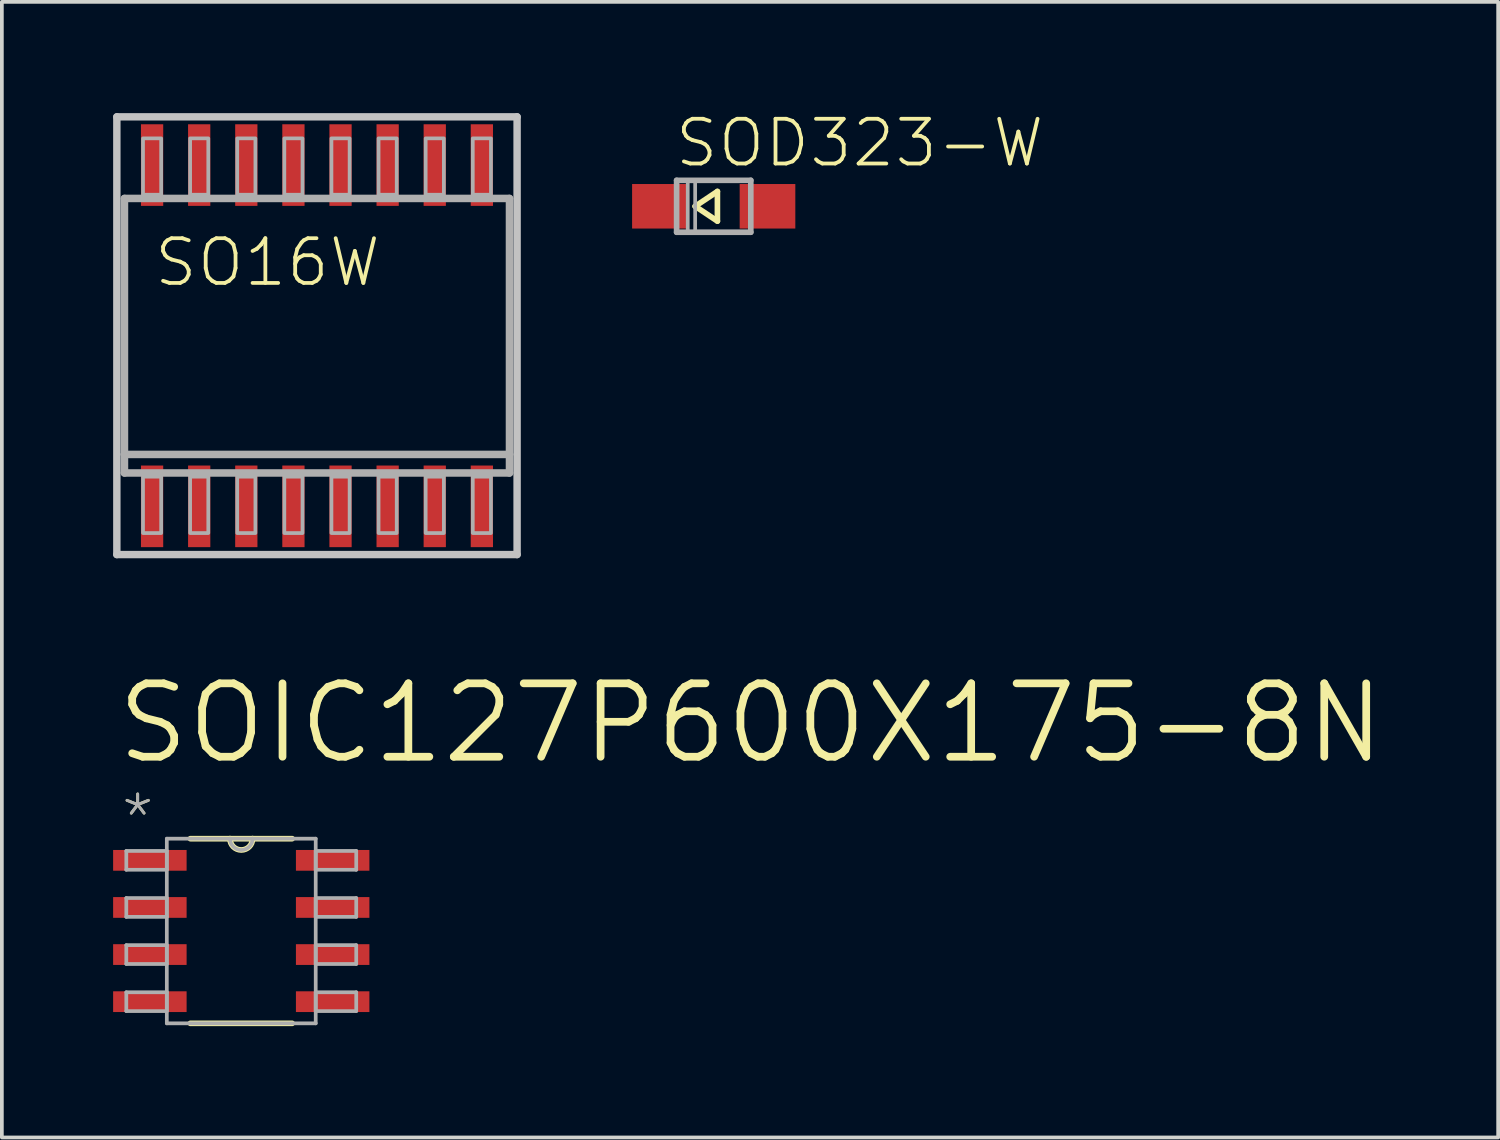
<source format=kicad_pcb>
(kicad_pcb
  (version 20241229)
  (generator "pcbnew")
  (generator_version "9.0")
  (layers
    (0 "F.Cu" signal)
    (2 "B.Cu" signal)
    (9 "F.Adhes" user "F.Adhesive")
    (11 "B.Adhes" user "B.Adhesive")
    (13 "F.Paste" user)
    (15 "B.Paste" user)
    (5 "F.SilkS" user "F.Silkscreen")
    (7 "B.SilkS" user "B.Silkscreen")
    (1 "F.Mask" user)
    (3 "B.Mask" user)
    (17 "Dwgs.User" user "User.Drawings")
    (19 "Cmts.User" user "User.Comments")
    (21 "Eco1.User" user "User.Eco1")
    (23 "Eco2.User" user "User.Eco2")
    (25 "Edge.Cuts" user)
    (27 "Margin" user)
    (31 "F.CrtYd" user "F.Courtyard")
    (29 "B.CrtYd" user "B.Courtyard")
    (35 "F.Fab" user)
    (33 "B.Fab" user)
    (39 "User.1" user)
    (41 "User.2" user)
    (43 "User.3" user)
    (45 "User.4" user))
  (footprint "SOIC127P600X175-8N"
    (layer "F.Cu")
    (at 3.454 22.048)
    (property "Reference" "SOIC127P600X175-8N" (at -3.454 -4.445 0) (layer "F.SilkS") (effects (font (size 1.979 1.979) (thickness 0.208)) (justify left bottom)))
    (attr through_hole)
    (fp_line (start -1.372 2.489) (end 1.372 2.489) (stroke (width 0.152) (type solid)) (layer "F.SilkS"))
    (fp_line (start -0.305 -2.489) (end -1.372 -2.489) (stroke (width 0.152) (type solid)) (layer "F.SilkS"))
    (fp_line (start 0.305 -2.489) (end -0.305 -2.489) (stroke (width 0.152) (type solid)) (layer "F.SilkS"))
    (fp_line (start 1.372 -2.489) (end 0.305 -2.489) (stroke (width 0.152) (type solid)) (layer "F.SilkS"))
    (fp_arc (start 0.3048 -2.4892) (mid 0 -2.1844) (end -0.3048 -2.4892) (stroke (width 0.1524) (type solid)) (layer "F.SilkS"))
    (fp_line (start -3.099 -2.159) (end -3.099 -1.651) (stroke (width 0.1) (type solid)) (layer "F.Fab"))
    (fp_line (start -3.099 -1.651) (end -2.007 -1.651) (stroke (width 0.1) (type solid)) (layer "F.Fab"))
    (fp_line (start -3.099 -0.889) (end -3.099 -0.381) (stroke (width 0.1) (type solid)) (layer "F.Fab"))
    (fp_line (start -3.099 -0.381) (end -2.007 -0.381) (stroke (width 0.1) (type solid)) (layer "F.Fab"))
    (fp_line (start -3.099 0.381) (end -3.099 0.889) (stroke (width 0.1) (type solid)) (layer "F.Fab"))
    (fp_line (start -3.099 0.889) (end -2.007 0.889) (stroke (width 0.1) (type solid)) (layer "F.Fab"))
    (fp_line (start -3.099 1.651) (end -3.099 2.159) (stroke (width 0.1) (type solid)) (layer "F.Fab"))
    (fp_line (start -3.099 2.159) (end -2.007 2.159) (stroke (width 0.1) (type solid)) (layer "F.Fab"))
    (fp_line (start -2.007 -2.489) (end -2.007 2.489) (stroke (width 0.1) (type solid)) (layer "F.Fab"))
    (fp_line (start -2.007 -2.159) (end -3.099 -2.159) (stroke (width 0.1) (type solid)) (layer "F.Fab"))
    (fp_line (start -2.007 -1.651) (end -2.007 -2.159) (stroke (width 0.1) (type solid)) (layer "F.Fab"))
    (fp_line (start -2.007 -0.889) (end -3.099 -0.889) (stroke (width 0.1) (type solid)) (layer "F.Fab"))
    (fp_line (start -2.007 -0.381) (end -2.007 -0.889) (stroke (width 0.1) (type solid)) (layer "F.Fab"))
    (fp_line (start -2.007 0.381) (end -3.099 0.381) (stroke (width 0.1) (type solid)) (layer "F.Fab"))
    (fp_line (start -2.007 0.889) (end -2.007 0.381) (stroke (width 0.1) (type solid)) (layer "F.Fab"))
    (fp_line (start -2.007 1.651) (end -3.099 1.651) (stroke (width 0.1) (type solid)) (layer "F.Fab"))
    (fp_line (start -2.007 2.159) (end -2.007 1.651) (stroke (width 0.1) (type solid)) (layer "F.Fab"))
    (fp_line (start -2.007 2.489) (end 2.007 2.489) (stroke (width 0.1) (type solid)) (layer "F.Fab"))
    (fp_line (start -0.305 -2.489) (end -2.007 -2.489) (stroke (width 0.1) (type solid)) (layer "F.Fab"))
    (fp_line (start 0.305 -2.489) (end -0.305 -2.489) (stroke (width 0.1) (type solid)) (layer "F.Fab"))
    (fp_line (start 2.007 -2.489) (end 0.305 -2.489) (stroke (width 0.1) (type solid)) (layer "F.Fab"))
    (fp_line (start 2.007 -2.159) (end 2.007 -1.651) (stroke (width 0.1) (type solid)) (layer "F.Fab"))
    (fp_line (start 2.007 -1.651) (end 3.099 -1.651) (stroke (width 0.1) (type solid)) (layer "F.Fab"))
    (fp_line (start 2.007 -0.889) (end 2.007 -0.381) (stroke (width 0.1) (type solid)) (layer "F.Fab"))
    (fp_line (start 2.007 -0.381) (end 3.099 -0.381) (stroke (width 0.1) (type solid)) (layer "F.Fab"))
    (fp_line (start 2.007 0.381) (end 2.007 0.889) (stroke (width 0.1) (type solid)) (layer "F.Fab"))
    (fp_line (start 2.007 0.889) (end 3.099 0.889) (stroke (width 0.1) (type solid)) (layer "F.Fab"))
    (fp_line (start 2.007 1.651) (end 2.007 2.159) (stroke (width 0.1) (type solid)) (layer "F.Fab"))
    (fp_line (start 2.007 2.159) (end 3.099 2.159) (stroke (width 0.1) (type solid)) (layer "F.Fab"))
    (fp_line (start 2.007 2.489) (end 2.007 -2.489) (stroke (width 0.1) (type solid)) (layer "F.Fab"))
    (fp_line (start 3.099 -2.159) (end 2.007 -2.159) (stroke (width 0.1) (type solid)) (layer "F.Fab"))
    (fp_line (start 3.099 -1.651) (end 3.099 -2.159) (stroke (width 0.1) (type solid)) (layer "F.Fab"))
    (fp_line (start 3.099 -0.889) (end 2.007 -0.889) (stroke (width 0.1) (type solid)) (layer "F.Fab"))
    (fp_line (start 3.099 -0.381) (end 3.099 -0.889) (stroke (width 0.1) (type solid)) (layer "F.Fab"))
    (fp_line (start 3.099 0.381) (end 2.007 0.381) (stroke (width 0.1) (type solid)) (layer "F.Fab"))
    (fp_line (start 3.099 0.889) (end 3.099 0.381) (stroke (width 0.1) (type solid)) (layer "F.Fab"))
    (fp_line (start 3.099 1.651) (end 2.007 1.651) (stroke (width 0.1) (type solid)) (layer "F.Fab"))
    (fp_line (start 3.099 2.159) (end 3.099 1.651) (stroke (width 0.1) (type solid)) (layer "F.Fab"))
    (fp_arc (start 0.3048 -2.4892) (mid 0 -2.1844) (end -0.3048 -2.4892) (stroke (width 0.1) (type solid)) (layer "F.Fab"))
    (fp_text user "*" (at -3.302 -2.337 0) (layer "F.SilkS") (effects (font (size 1.206 1.206) (thickness 0.076)) (justify left bottom)))
    (fp_text user "*" (at -3.302 -2.337 0) (layer "F.Fab") (effects (font (size 1.206 1.206) (thickness 0.076)) (justify left bottom)))
    (pad "1" smd rect (at -2.464 -1.905) (size 1.981 0.559) (layers "F.Cu" "F.Mask" "F.Paste"))
    (pad "2" smd rect (at -2.464 -0.635) (size 1.981 0.559) (layers "F.Cu" "F.Mask" "F.Paste"))
    (pad "3" smd rect (at -2.464 0.635) (size 1.981 0.559) (layers "F.Cu" "F.Mask" "F.Paste"))
    (pad "4" smd rect (at -2.464 1.905) (size 1.981 0.559) (layers "F.Cu" "F.Mask" "F.Paste"))
    (pad "5" smd rect (at 2.464 1.905) (size 1.981 0.559) (layers "F.Cu" "F.Mask" "F.Paste"))
    (pad "6" smd rect (at 2.464 0.635) (size 1.981 0.559) (layers "F.Cu" "F.Mask" "F.Paste"))
    (pad "7" smd rect (at 2.464 -0.635) (size 1.981 0.559) (layers "F.Cu" "F.Mask" "F.Paste"))
    (pad "8" smd rect (at 2.464 -1.905) (size 1.981 0.559) (layers "F.Cu" "F.Mask" "F.Paste")))
  (footprint "SO16W"
    (layer "F.Cu")
    (at 5.495 6)
    (property "Reference" "SO16W" (at -4.445 -1.27 0) (layer "F.SilkS") (effects (font (size 1.206 1.206) (thickness 0.102)) (justify left bottom)))
    (attr through_hole)
    (fp_line (start -5.395 -5.9) (end 5.395 -5.9) (stroke (width 0.2) (type solid)) (layer "Dwgs.User"))
    (fp_line (start -5.395 5.9) (end -5.395 -5.9) (stroke (width 0.2) (type solid)) (layer "Dwgs.User"))
    (fp_line (start 5.395 -5.9) (end 5.395 5.9) (stroke (width 0.2) (type solid)) (layer "Dwgs.User"))
    (fp_line (start 5.395 5.9) (end -5.395 5.9) (stroke (width 0.2) (type solid)) (layer "Dwgs.User"))
    (fp_line (start -5.19 -3.7) (end 5.19 -3.7) (stroke (width 0.203) (type solid)) (layer "F.Fab"))
    (fp_line (start -5.19 3.2) (end -5.19 -3.7) (stroke (width 0.203) (type solid)) (layer "F.Fab"))
    (fp_line (start -5.19 3.7) (end -5.19 3.2) (stroke (width 0.203) (type solid)) (layer "F.Fab"))
    (fp_line (start 5.19 -3.7) (end 5.19 3.2) (stroke (width 0.203) (type solid)) (layer "F.Fab"))
    (fp_line (start 5.19 3.2) (end -5.19 3.2) (stroke (width 0.203) (type solid)) (layer "F.Fab"))
    (fp_line (start 5.19 3.2) (end 5.19 3.7) (stroke (width 0.203) (type solid)) (layer "F.Fab"))
    (fp_line (start 5.19 3.7) (end -5.19 3.7) (stroke (width 0.203) (type solid)) (layer "F.Fab"))
    (fp_poly (pts (xy -4.69 -3.8) (xy -4.2 -3.8) (xy -4.2 -5.32) (xy -4.69 -5.32)) (stroke (width 0.1) (type solid)) (fill no) (layer "F.Fab"))
    (fp_poly (pts (xy -4.69 5.32) (xy -4.2 5.32) (xy -4.2 3.8) (xy -4.69 3.8)) (stroke (width 0.1) (type solid)) (fill no) (layer "F.Fab"))
    (fp_poly (pts (xy -3.42 -3.8) (xy -2.93 -3.8) (xy -2.93 -5.32) (xy -3.42 -5.32)) (stroke (width 0.1) (type solid)) (fill no) (layer "F.Fab"))
    (fp_poly (pts (xy -3.42 5.32) (xy -2.93 5.32) (xy -2.93 3.8) (xy -3.42 3.8)) (stroke (width 0.1) (type solid)) (fill no) (layer "F.Fab"))
    (fp_poly (pts (xy -2.15 -3.8) (xy -1.66 -3.8) (xy -1.66 -5.32) (xy -2.15 -5.32)) (stroke (width 0.1) (type solid)) (fill no) (layer "F.Fab"))
    (fp_poly (pts (xy -2.15 5.32) (xy -1.66 5.32) (xy -1.66 3.8) (xy -2.15 3.8)) (stroke (width 0.1) (type solid)) (fill no) (layer "F.Fab"))
    (fp_poly (pts (xy -0.88 -3.8) (xy -0.39 -3.8) (xy -0.39 -5.32) (xy -0.88 -5.32)) (stroke (width 0.1) (type solid)) (fill no) (layer "F.Fab"))
    (fp_poly (pts (xy -0.88 5.32) (xy -0.39 5.32) (xy -0.39 3.8) (xy -0.88 3.8)) (stroke (width 0.1) (type solid)) (fill no) (layer "F.Fab"))
    (fp_poly (pts (xy 0.39 -3.8) (xy 0.88 -3.8) (xy 0.88 -5.32) (xy 0.39 -5.32)) (stroke (width 0.1) (type solid)) (fill no) (layer "F.Fab"))
    (fp_poly (pts (xy 0.39 5.32) (xy 0.88 5.32) (xy 0.88 3.8) (xy 0.39 3.8)) (stroke (width 0.1) (type solid)) (fill no) (layer "F.Fab"))
    (fp_poly (pts (xy 1.66 -3.8) (xy 2.15 -3.8) (xy 2.15 -5.32) (xy 1.66 -5.32)) (stroke (width 0.1) (type solid)) (fill no) (layer "F.Fab"))
    (fp_poly (pts (xy 1.66 5.32) (xy 2.15 5.32) (xy 2.15 3.8) (xy 1.66 3.8)) (stroke (width 0.1) (type solid)) (fill no) (layer "F.Fab"))
    (fp_poly (pts (xy 2.93 -3.8) (xy 3.42 -3.8) (xy 3.42 -5.32) (xy 2.93 -5.32)) (stroke (width 0.1) (type solid)) (fill no) (layer "F.Fab"))
    (fp_poly (pts (xy 2.93 5.32) (xy 3.42 5.32) (xy 3.42 3.8) (xy 2.93 3.8)) (stroke (width 0.1) (type solid)) (fill no) (layer "F.Fab"))
    (fp_poly (pts (xy 4.2 -3.8) (xy 4.69 -3.8) (xy 4.69 -5.32) (xy 4.2 -5.32)) (stroke (width 0.1) (type solid)) (fill no) (layer "F.Fab"))
    (fp_poly (pts (xy 4.2 5.32) (xy 4.69 5.32) (xy 4.69 3.8) (xy 4.2 3.8)) (stroke (width 0.1) (type solid)) (fill no) (layer "F.Fab"))
    (pad "1" smd rect (at -4.445 4.6) (size 0.6 2.2) (layers "F.Cu" "F.Mask" "F.Paste"))
    (pad "2" smd rect (at -3.175 4.6) (size 0.6 2.2) (layers "F.Cu" "F.Mask" "F.Paste"))
    (pad "3" smd rect (at -1.905 4.6) (size 0.6 2.2) (layers "F.Cu" "F.Mask" "F.Paste"))
    (pad "4" smd rect (at -0.635 4.6) (size 0.6 2.2) (layers "F.Cu" "F.Mask" "F.Paste"))
    (pad "5" smd rect (at 0.635 4.6) (size 0.6 2.2) (layers "F.Cu" "F.Mask" "F.Paste"))
    (pad "6" smd rect (at 1.905 4.6) (size 0.6 2.2) (layers "F.Cu" "F.Mask" "F.Paste"))
    (pad "7" smd rect (at 3.175 4.6) (size 0.6 2.2) (layers "F.Cu" "F.Mask" "F.Paste"))
    (pad "8" smd rect (at 4.445 4.6) (size 0.6 2.2) (layers "F.Cu" "F.Mask" "F.Paste"))
    (pad "9" smd rect (at 4.445 -4.6) (size 0.6 2.2) (layers "F.Cu" "F.Mask" "F.Paste"))
    (pad "10" smd rect (at 3.175 -4.6) (size 0.6 2.2) (layers "F.Cu" "F.Mask" "F.Paste"))
    (pad "11" smd rect (at 1.905 -4.6) (size 0.6 2.2) (layers "F.Cu" "F.Mask" "F.Paste"))
    (pad "12" smd rect (at 0.635 -4.6) (size 0.6 2.2) (layers "F.Cu" "F.Mask" "F.Paste"))
    (pad "13" smd rect (at -0.635 -4.6) (size 0.6 2.2) (layers "F.Cu" "F.Mask" "F.Paste"))
    (pad "14" smd rect (at -1.905 -4.6) (size 0.6 2.2) (layers "F.Cu" "F.Mask" "F.Paste"))
    (pad "15" smd rect (at -3.175 -4.6) (size 0.6 2.2) (layers "F.Cu" "F.Mask" "F.Paste"))
    (pad "16" smd rect (at -4.445 -4.6) (size 0.6 2.2) (layers "F.Cu" "F.Mask" "F.Paste")))
  (footprint "SOD323-W"
    (layer "F.Cu")
    (at 16.19 2.511)
    (property "Reference" "SOD323-W" (at -1.1 -1 0) (layer "F.SilkS") (effects (font (size 1.206 1.206) (thickness 0.102)) (justify left bottom)))
    (attr through_hole)
    (fp_line (start -0.5 0) (end 0.1 -0.4) (stroke (width 0.152) (type solid)) (layer "F.SilkS"))
    (fp_line (start 0.1 -0.4) (end 0.1 0.4) (stroke (width 0.152) (type solid)) (layer "F.SilkS"))
    (fp_line (start 0.1 0.4) (end -0.5 0) (stroke (width 0.152) (type solid)) (layer "F.SilkS"))
    (fp_line (start -1 -0.7) (end 1 -0.7) (stroke (width 0.152) (type solid)) (layer "F.Fab"))
    (fp_line (start -1 0.7) (end -1 -0.7) (stroke (width 0.152) (type solid)) (layer "F.Fab"))
    (fp_line (start 1 -0.7) (end 1 0.7) (stroke (width 0.152) (type solid)) (layer "F.Fab"))
    (fp_line (start 1 0.7) (end -1 0.7) (stroke (width 0.152) (type solid)) (layer "F.Fab"))
    (fp_poly (pts (xy -0.7 0.7) (xy -0.5 0.7) (xy -0.5 -0.7) (xy -0.7 -0.7)) (stroke (width 0.1) (type solid)) (fill no) (layer "F.Fab"))
    (pad "A" smd rect (at 1.45 0) (size 1.5 1.2) (layers "F.Cu" "F.Mask" "F.Paste"))
    (pad "C" smd rect (at -1.45 0) (size 1.5 1.2) (layers "F.Cu" "F.Mask" "F.Paste")))
  (gr_rect
    (start -3 -3)
    (end 37.337 27.614)
    (stroke (width 0.1) (type default))
    (fill no)
    (layer "Edge.Cuts")))
</source>
